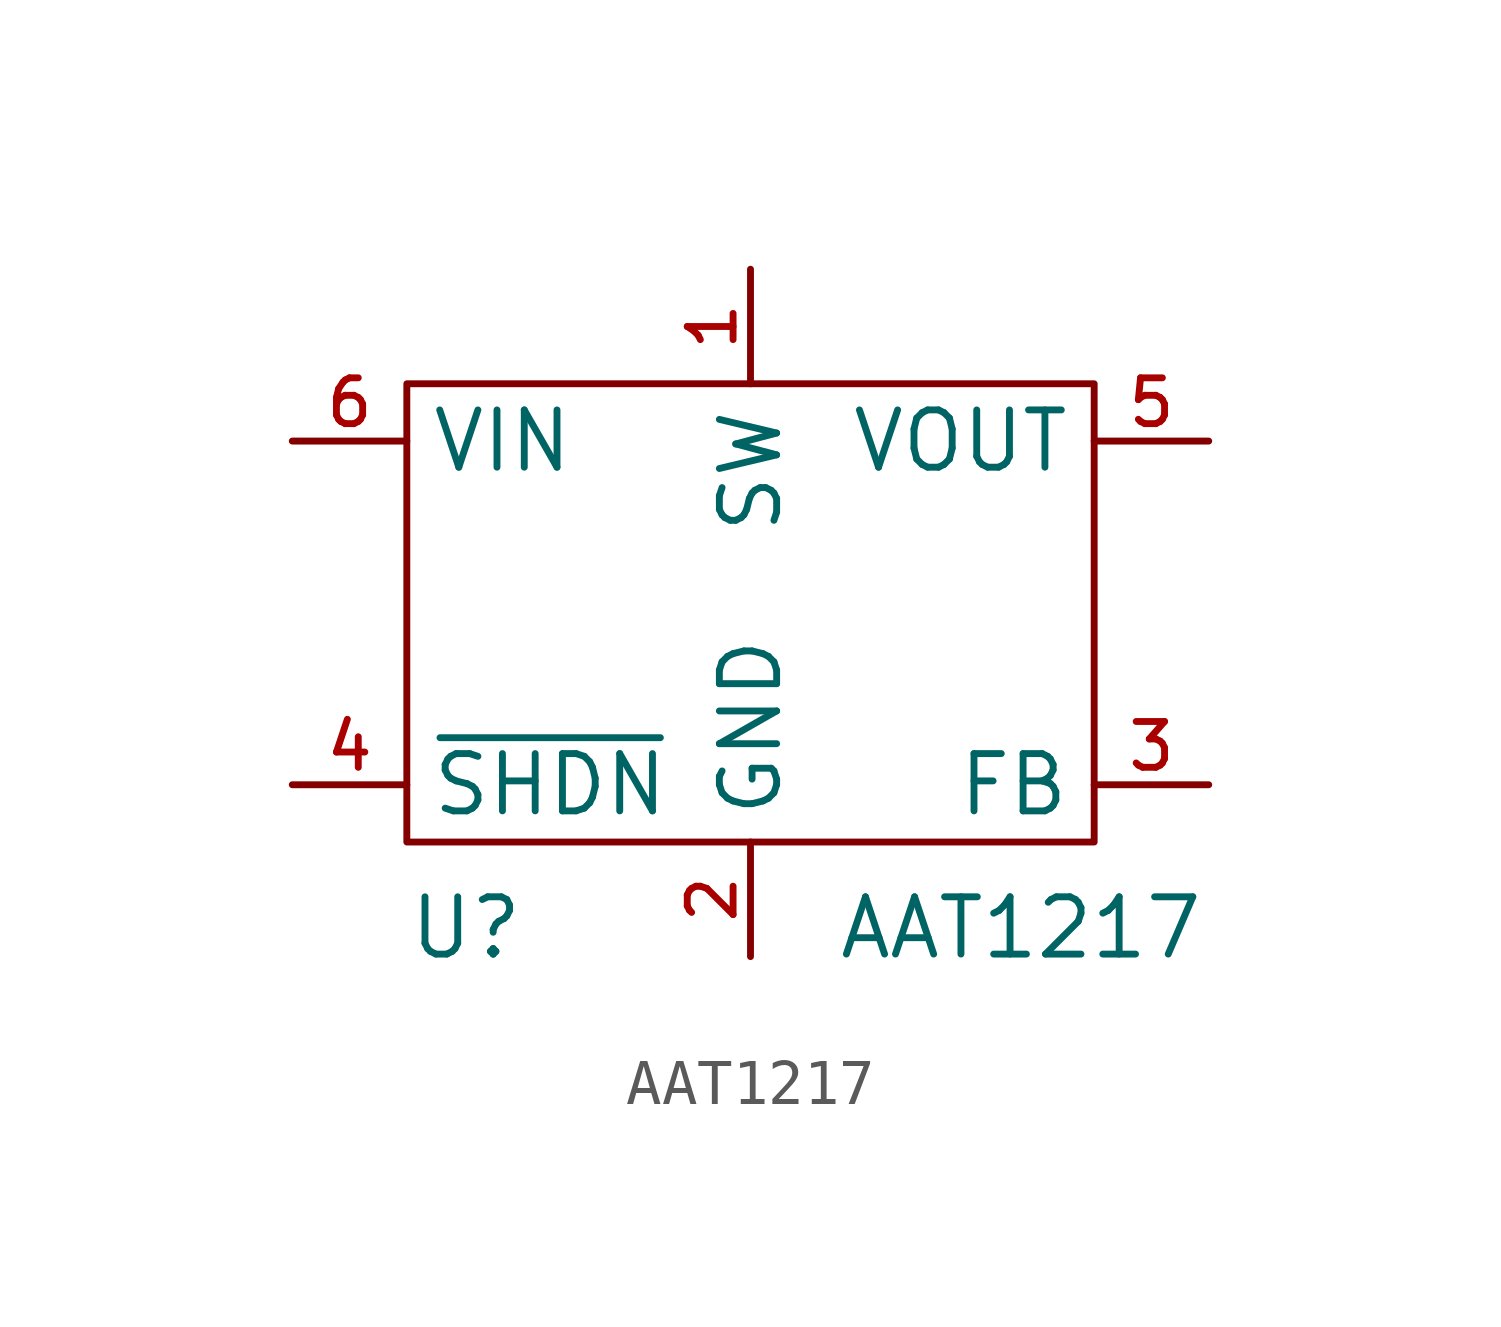
<source format=kicad_sym>
(kicad_symbol_lib
  (version 20211014)
  (generator kicad_symbol_editor)
  (symbol "AAT1217"
    (property "Reference" "U"
      (at -7.62 -14.605 0)
      (effects (font (size 1.27 1.27)) (justify left)))
    (property "Value" "AAT1217"
      (at 1.905 -14.605 0)
      (effects (font (size 1.27 1.27)) (justify left)))
    (symbol "AAT1217_0_1"
      (rectangle (start -7.62 -2.54) (end 7.62 -12.7) (stroke (width 0) (type default) (color 0 0 0 0)) (fill (type none))))
    (symbol "AAT1217_1_1"
      (pin passive line (at 0 0 270) (length 2.54) (name "SW" (effects (font (size 1.27 1.27)))) (number "1" (effects (font (size 1.016 1.016)))))
      (pin power_in line (at 0 -15.24 90) (length 2.54) (name "GND" (effects (font (size 1.27 1.27)))) (number "2" (effects (font (size 1.016 1.016)))))
      (pin passive line (at 10.16 -11.43 180) (length 2.54) (name "FB" (effects (font (size 1.27 1.27)))) (number "3" (effects (font (size 1.016 1.016)))))
      (pin input line (at -10.16 -11.43 0) (length 2.54) (name "~{SHDN}" (effects (font (size 1.27 1.27)))) (number "4" (effects (font (size 1.016 1.016)))))
      (pin power_out line (at 10.16 -3.81 180) (length 2.54) (name "VOUT" (effects (font (size 1.27 1.27)))) (number "5" (effects (font (size 1.016 1.016)))))
      (pin power_in line (at -10.16 -3.81 0) (length 2.54) (name "VIN" (effects (font (size 1.27 1.27)))) (number "6" (effects (font (size 1.016 1.016))))))))
</source>
